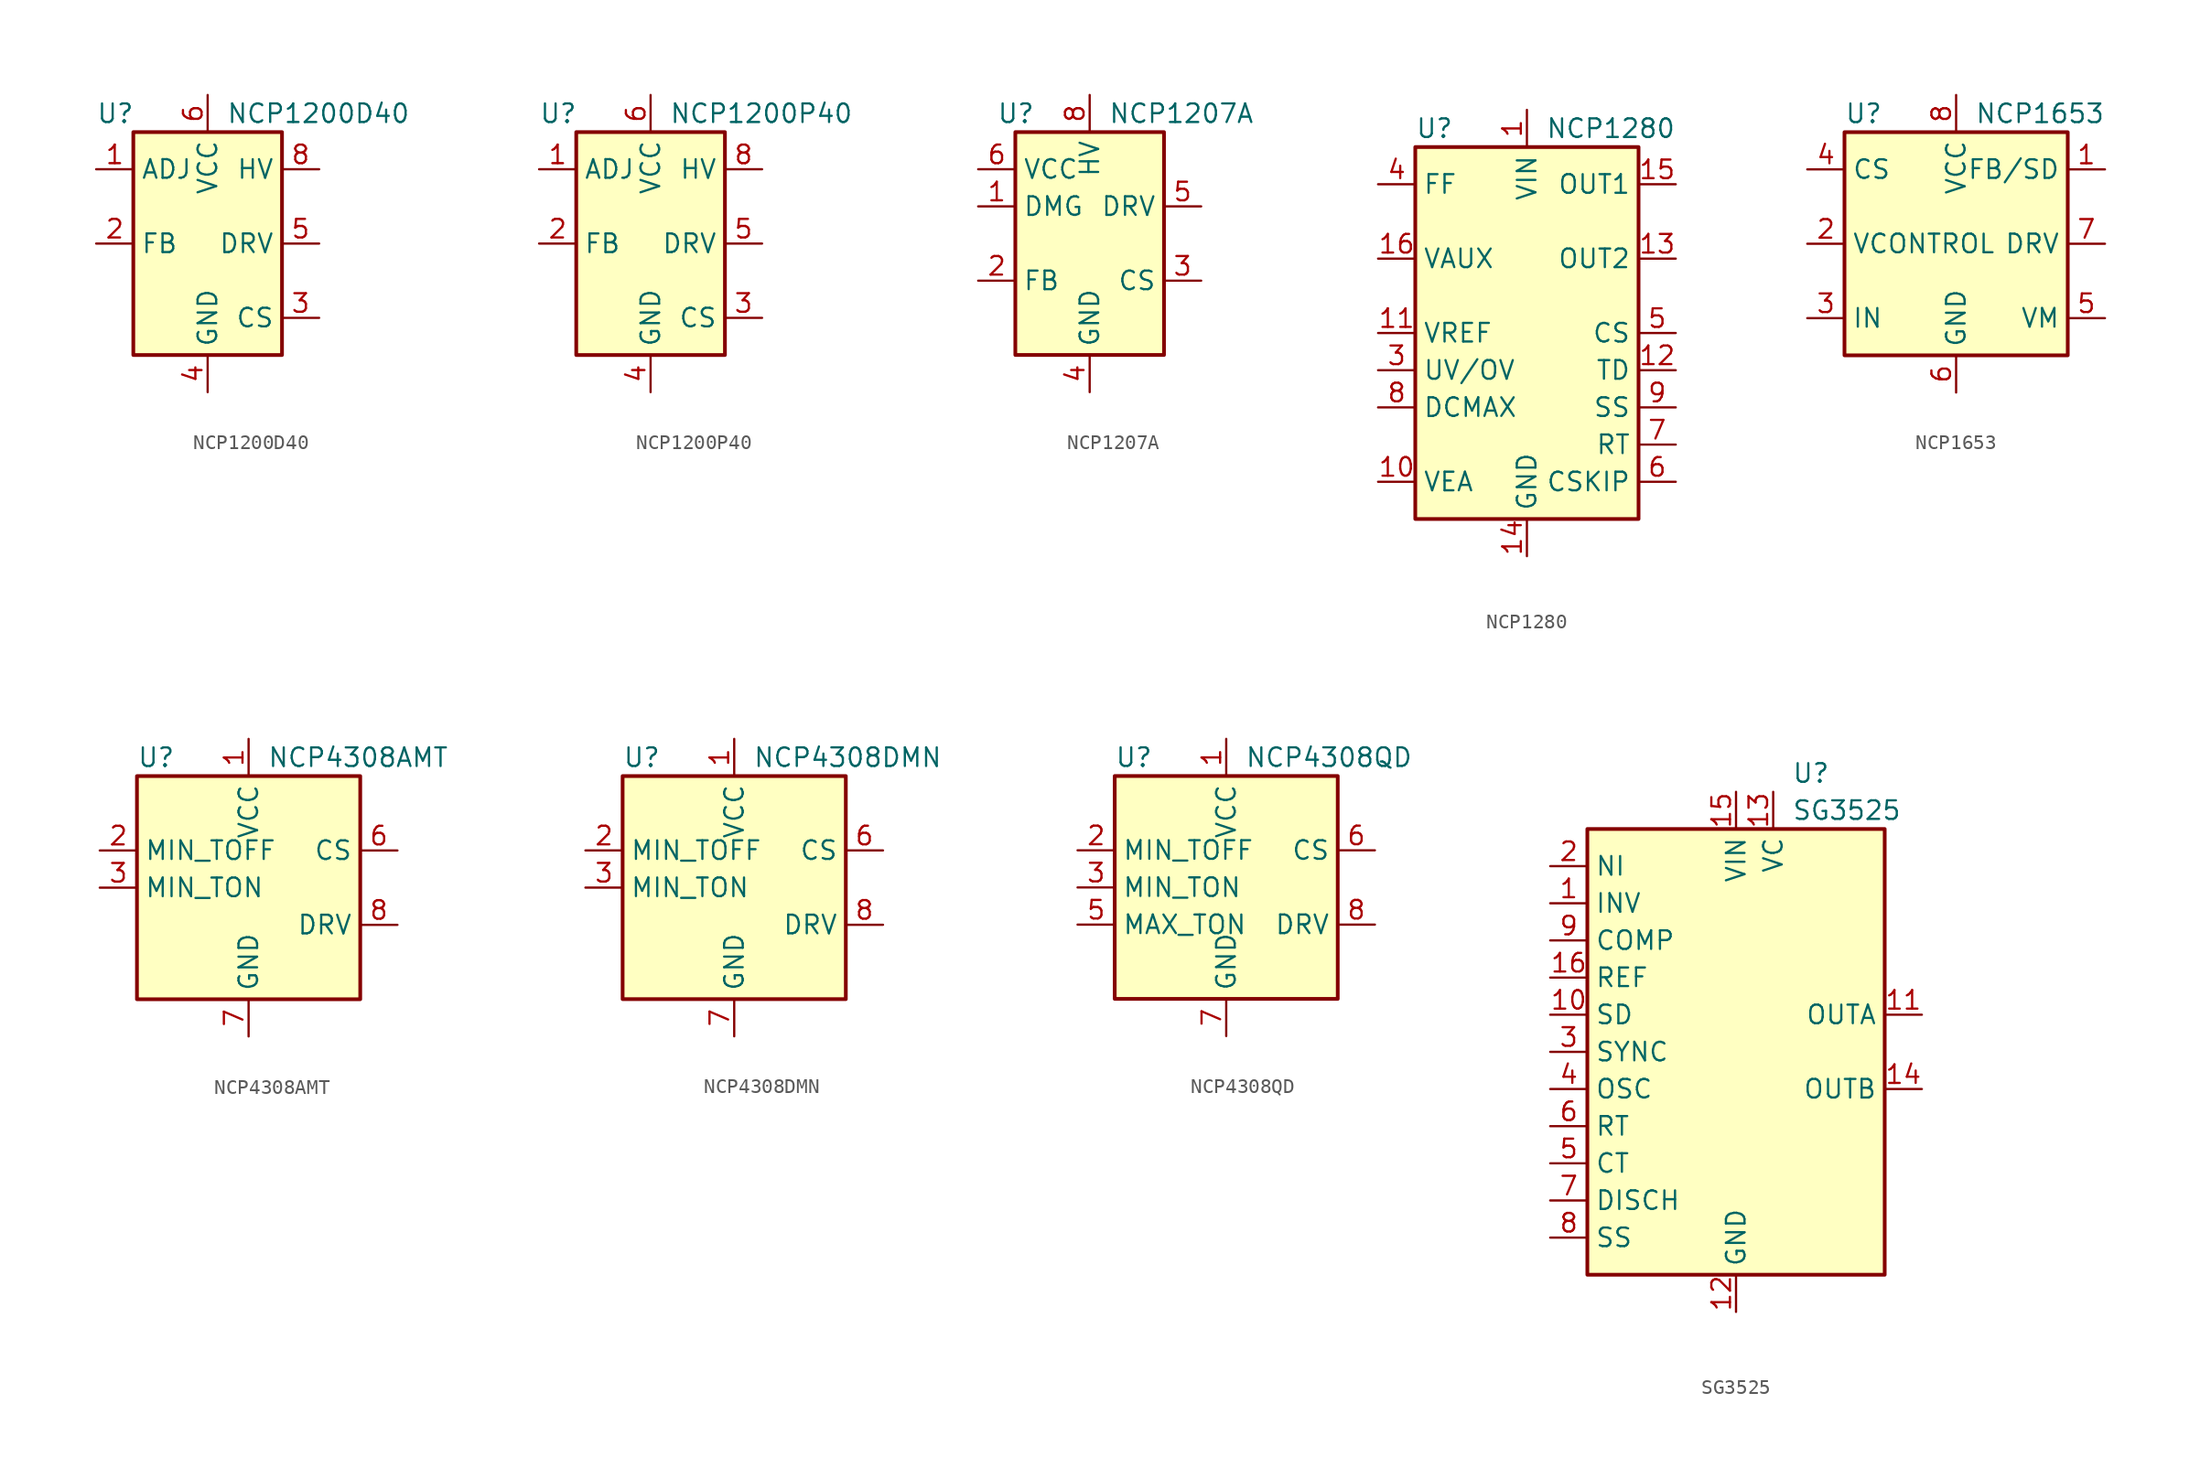
<source format=kicad_sym>
(kicad_symbol_lib
  (version 20241209)
  (generator "kicad_symbol_editor")
  (generator_version "9.0")
  (symbol "NCP1200D40"
    (property "Reference" "U"
      (at -7.62 8.89 0)
      (effects (font (size 1.27 1.27)) (justify left)))
    (property "Value" "NCP1200D40"
      (at 1.27 8.89 0)
      (effects (font (size 1.27 1.27)) (justify left)))
    (symbol "NCP1200D40_0_0"
      (rectangle (start -5.08 7.62) (end 5.08 -7.62) (stroke (width 0.254) (type default)) (fill (type background))))
    (symbol "NCP1200D40_1_1"
      (pin input line (at -7.62 5.08 0) (length 2.54) (name "ADJ" (effects (font (size 1.27 1.27)))) (number "1" (effects (font (size 1.27 1.27)))))
      (pin input line (at -7.62 0 0) (length 2.54) (name "FB" (effects (font (size 1.27 1.27)))) (number "2" (effects (font (size 1.27 1.27)))))
      (pin no_connect line (at -5.08 2.54 0) (length 2.54) (hide yes) (name "NC" (effects (font (size 1.27 1.27)))) (number "7" (effects (font (size 1.27 1.27)))))
      (pin power_in line (at 0 10.16 270) (length 2.54) (name "VCC" (effects (font (size 1.27 1.27)))) (number "6" (effects (font (size 1.27 1.27)))))
      (pin power_in line (at 0 -10.16 90) (length 2.54) (name "GND" (effects (font (size 1.27 1.27)))) (number "4" (effects (font (size 1.27 1.27)))))
      (pin input line (at 7.62 5.08 180) (length 2.54) (name "HV" (effects (font (size 1.27 1.27)))) (number "8" (effects (font (size 1.27 1.27)))))
      (pin output line (at 7.62 0 180) (length 2.54) (name "DRV" (effects (font (size 1.27 1.27)))) (number "5" (effects (font (size 1.27 1.27)))))
      (pin input line (at 7.62 -5.08 180) (length 2.54) (name "CS" (effects (font (size 1.27 1.27)))) (number "3" (effects (font (size 1.27 1.27)))))))
  (symbol "NCP1200P40"
    (property "Reference" "U"
      (at -7.62 8.89 0)
      (effects (font (size 1.27 1.27)) (justify left)))
    (property "Value" "NCP1200P40"
      (at 1.27 8.89 0)
      (effects (font (size 1.27 1.27)) (justify left)))
    (symbol "NCP1200P40_0_0"
      (rectangle (start -5.08 7.62) (end 5.08 -7.62) (stroke (width 0.254) (type default)) (fill (type background))))
    (symbol "NCP1200P40_1_1"
      (pin input line (at -7.62 5.08 0) (length 2.54) (name "ADJ" (effects (font (size 1.27 1.27)))) (number "1" (effects (font (size 1.27 1.27)))))
      (pin input line (at -7.62 0 0) (length 2.54) (name "FB" (effects (font (size 1.27 1.27)))) (number "2" (effects (font (size 1.27 1.27)))))
      (pin no_connect line (at -5.08 2.54 0) (length 2.54) (hide yes) (name "NC" (effects (font (size 1.27 1.27)))) (number "7" (effects (font (size 1.27 1.27)))))
      (pin power_in line (at 0 10.16 270) (length 2.54) (name "VCC" (effects (font (size 1.27 1.27)))) (number "6" (effects (font (size 1.27 1.27)))))
      (pin power_in line (at 0 -10.16 90) (length 2.54) (name "GND" (effects (font (size 1.27 1.27)))) (number "4" (effects (font (size 1.27 1.27)))))
      (pin input line (at 7.62 5.08 180) (length 2.54) (name "HV" (effects (font (size 1.27 1.27)))) (number "8" (effects (font (size 1.27 1.27)))))
      (pin output line (at 7.62 0 180) (length 2.54) (name "DRV" (effects (font (size 1.27 1.27)))) (number "5" (effects (font (size 1.27 1.27)))))
      (pin input line (at 7.62 -5.08 180) (length 2.54) (name "CS" (effects (font (size 1.27 1.27)))) (number "3" (effects (font (size 1.27 1.27)))))))
  (symbol "NCP1207A"
    (property "Reference" "U"
      (at -6.35 8.89 0)
      (effects (font (size 1.27 1.27)) (justify left)))
    (property "Value" "NCP1207A"
      (at 1.27 8.89 0)
      (effects (font (size 1.27 1.27)) (justify left)))
    (symbol "NCP1207A_0_0"
      (rectangle (start -5.08 7.62) (end 5.08 -7.62) (stroke (width 0.254) (type default)) (fill (type background))))
    (symbol "NCP1207A_1_1"
      (pin power_in line (at -7.62 5.08 0) (length 2.54) (name "VCC" (effects (font (size 1.27 1.27)))) (number "6" (effects (font (size 1.27 1.27)))))
      (pin input line (at -7.62 2.54 0) (length 2.54) (name "DMG" (effects (font (size 1.27 1.27)))) (number "1" (effects (font (size 1.27 1.27)))))
      (pin input line (at -7.62 -2.54 0) (length 2.54) (name "FB" (effects (font (size 1.27 1.27)))) (number "2" (effects (font (size 1.27 1.27)))))
      (pin no_connect line (at -5.08 0 0) (length 2.54) (hide yes) (name "NC" (effects (font (size 1.27 1.27)))) (number "7" (effects (font (size 1.27 1.27)))))
      (pin input line (at 0 10.16 270) (length 2.54) (name "HV" (effects (font (size 1.27 1.27)))) (number "8" (effects (font (size 1.27 1.27)))))
      (pin power_in line (at 0 -10.16 90) (length 2.54) (name "GND" (effects (font (size 1.27 1.27)))) (number "4" (effects (font (size 1.27 1.27)))))
      (pin output line (at 7.62 2.54 180) (length 2.54) (name "DRV" (effects (font (size 1.27 1.27)))) (number "5" (effects (font (size 1.27 1.27)))))
      (pin input line (at 7.62 -2.54 180) (length 2.54) (name "CS" (effects (font (size 1.27 1.27)))) (number "3" (effects (font (size 1.27 1.27)))))))
  (symbol "NCP1280"
    (property "Reference" "U"
      (at -7.62 13.97 0)
      (effects (font (size 1.27 1.27)) (justify left)))
    (property "Value" "NCP1280"
      (at 1.27 13.97 0)
      (effects (font (size 1.27 1.27)) (justify left)))
    (symbol "NCP1280_0_0"
      (rectangle (start -7.62 12.7) (end 7.62 -12.7) (stroke (width 0.254) (type default)) (fill (type background))))
    (symbol "NCP1280_1_1"
      (pin passive line (at -10.16 10.16 0) (length 2.54) (name "FF" (effects (font (size 1.27 1.27)))) (number "4" (effects (font (size 1.27 1.27)))))
      (pin power_in line (at -10.16 5.08 0) (length 2.54) (name "VAUX" (effects (font (size 1.27 1.27)))) (number "16" (effects (font (size 1.27 1.27)))))
      (pin output line (at -10.16 0 0) (length 2.54) (name "VREF" (effects (font (size 1.27 1.27)))) (number "11" (effects (font (size 1.27 1.27)))))
      (pin input line (at -10.16 -2.54 0) (length 2.54) (name "UV/OV" (effects (font (size 1.27 1.27)))) (number "3" (effects (font (size 1.27 1.27)))))
      (pin input line (at -10.16 -5.08 0) (length 2.54) (name "DCMAX" (effects (font (size 1.27 1.27)))) (number "8" (effects (font (size 1.27 1.27)))))
      (pin input line (at -10.16 -10.16 0) (length 2.54) (name "VEA" (effects (font (size 1.27 1.27)))) (number "10" (effects (font (size 1.27 1.27)))))
      (pin no_connect line (at -7.62 7.62 0) (length 2.54) (hide yes) (name "NC" (effects (font (size 1.27 1.27)))) (number "2" (effects (font (size 1.27 1.27)))))
      (pin power_in line (at 0 15.24 270) (length 2.54) (name "VIN" (effects (font (size 1.27 1.27)))) (number "1" (effects (font (size 1.27 1.27)))))
      (pin power_in line (at 0 -15.24 90) (length 2.54) (name "GND" (effects (font (size 1.27 1.27)))) (number "14" (effects (font (size 1.27 1.27)))))
      (pin output line (at 10.16 10.16 180) (length 2.54) (name "OUT1" (effects (font (size 1.27 1.27)))) (number "15" (effects (font (size 1.27 1.27)))))
      (pin output line (at 10.16 5.08 180) (length 2.54) (name "OUT2" (effects (font (size 1.27 1.27)))) (number "13" (effects (font (size 1.27 1.27)))))
      (pin input line (at 10.16 0 180) (length 2.54) (name "CS" (effects (font (size 1.27 1.27)))) (number "5" (effects (font (size 1.27 1.27)))))
      (pin passive line (at 10.16 -2.54 180) (length 2.54) (name "TD" (effects (font (size 1.27 1.27)))) (number "12" (effects (font (size 1.27 1.27)))))
      (pin passive line (at 10.16 -5.08 180) (length 2.54) (name "SS" (effects (font (size 1.27 1.27)))) (number "9" (effects (font (size 1.27 1.27)))))
      (pin passive line (at 10.16 -7.62 180) (length 2.54) (name "RT" (effects (font (size 1.27 1.27)))) (number "7" (effects (font (size 1.27 1.27)))))
      (pin passive line (at 10.16 -10.16 180) (length 2.54) (name "CSKIP" (effects (font (size 1.27 1.27)))) (number "6" (effects (font (size 1.27 1.27)))))))
  (symbol "NCP1653"
    (property "Reference" "U"
      (at -7.62 8.89 0)
      (effects (font (size 1.27 1.27)) (justify left)))
    (property "Value" "NCP1653"
      (at 1.27 8.89 0)
      (effects (font (size 1.27 1.27)) (justify left)))
    (symbol "NCP1653_0_0"
      (rectangle (start -7.62 7.62) (end 7.62 -7.62) (stroke (width 0.254) (type default)) (fill (type background))))
    (symbol "NCP1653_1_1"
      (pin input line (at -10.16 5.08 0) (length 2.54) (name "CS" (effects (font (size 1.27 1.27)))) (number "4" (effects (font (size 1.27 1.27)))))
      (pin passive line (at -10.16 0 0) (length 2.54) (name "VCONTROL" (effects (font (size 1.27 1.27)))) (number "2" (effects (font (size 1.27 1.27)))))
      (pin input line (at -10.16 -5.08 0) (length 2.54) (name "IN" (effects (font (size 1.27 1.27)))) (number "3" (effects (font (size 1.27 1.27)))))
      (pin power_in line (at 0 10.16 270) (length 2.54) (name "VCC" (effects (font (size 1.27 1.27)))) (number "8" (effects (font (size 1.27 1.27)))))
      (pin power_in line (at 0 -10.16 90) (length 2.54) (name "GND" (effects (font (size 1.27 1.27)))) (number "6" (effects (font (size 1.27 1.27)))))
      (pin input line (at 10.16 5.08 180) (length 2.54) (name "FB/SD" (effects (font (size 1.27 1.27)))) (number "1" (effects (font (size 1.27 1.27)))))
      (pin output line (at 10.16 0 180) (length 2.54) (name "DRV" (effects (font (size 1.27 1.27)))) (number "7" (effects (font (size 1.27 1.27)))))
      (pin passive line (at 10.16 -5.08 180) (length 2.54) (name "VM" (effects (font (size 1.27 1.27)))) (number "5" (effects (font (size 1.27 1.27)))))))
  (symbol "NCP4308AMT"
    (property "Reference" "U"
      (at -7.62 8.89 0)
      (effects (font (size 1.27 1.27)) (justify left)))
    (property "Value" "NCP4308AMT"
      (at 1.27 8.89 0)
      (effects (font (size 1.27 1.27)) (justify left)))
    (symbol "NCP4308AMT_0_1"
      (rectangle (start -7.62 7.62) (end 7.62 -7.62) (stroke (width 0.254) (type default)) (fill (type background))))
    (symbol "NCP4308AMT_1_1"
      (pin passive line (at -10.16 2.54 0) (length 2.54) (name "MIN_TOFF" (effects (font (size 1.27 1.27)))) (number "2" (effects (font (size 1.27 1.27)))))
      (pin passive line (at -10.16 0 0) (length 2.54) (name "MIN_TON" (effects (font (size 1.27 1.27)))) (number "3" (effects (font (size 1.27 1.27)))))
      (pin power_in line (at 0 10.16 270) (length 2.54) (name "VCC" (effects (font (size 1.27 1.27)))) (number "1" (effects (font (size 1.27 1.27)))))
      (pin power_in line (at 0 -10.16 90) (length 2.54) (name "GND" (effects (font (size 1.27 1.27)))) (number "7" (effects (font (size 1.27 1.27)))))
      (pin no_connect line (at 7.62 -5.08 180) (length 2.54) (hide yes) (name "NC" (effects (font (size 1.27 1.27)))) (number "4" (effects (font (size 1.27 1.27)))))
      (pin no_connect line (at 7.62 -7.62 180) (length 2.54) (hide yes) (name "NC" (effects (font (size 1.27 1.27)))) (number "5" (effects (font (size 1.27 1.27)))))
      (pin input line (at 10.16 2.54 180) (length 2.54) (name "CS" (effects (font (size 1.27 1.27)))) (number "6" (effects (font (size 1.27 1.27)))))
      (pin output line (at 10.16 -2.54 180) (length 2.54) (name "DRV" (effects (font (size 1.27 1.27)))) (number "8" (effects (font (size 1.27 1.27)))))))
  (symbol "NCP4308DMN"
    (property "Reference" "U"
      (at -7.62 8.89 0)
      (effects (font (size 1.27 1.27)) (justify left)))
    (property "Value" "NCP4308DMN"
      (at 1.27 8.89 0)
      (effects (font (size 1.27 1.27)) (justify left)))
    (symbol "NCP4308DMN_0_1"
      (rectangle (start -7.62 7.62) (end 7.62 -7.62) (stroke (width 0.254) (type default)) (fill (type background))))
    (symbol "NCP4308DMN_1_1"
      (pin passive line (at -10.16 2.54 0) (length 2.54) (name "MIN_TOFF" (effects (font (size 1.27 1.27)))) (number "2" (effects (font (size 1.27 1.27)))))
      (pin passive line (at -10.16 0 0) (length 2.54) (name "MIN_TON" (effects (font (size 1.27 1.27)))) (number "3" (effects (font (size 1.27 1.27)))))
      (pin power_in line (at 0 10.16 270) (length 2.54) (name "VCC" (effects (font (size 1.27 1.27)))) (number "1" (effects (font (size 1.27 1.27)))))
      (pin power_in line (at 0 -10.16 90) (length 2.54) (name "GND" (effects (font (size 1.27 1.27)))) (number "7" (effects (font (size 1.27 1.27)))))
      (pin no_connect line (at 7.62 -5.08 180) (length 2.54) (hide yes) (name "NC" (effects (font (size 1.27 1.27)))) (number "4" (effects (font (size 1.27 1.27)))))
      (pin no_connect line (at 7.62 -7.62 180) (length 2.54) (hide yes) (name "NC" (effects (font (size 1.27 1.27)))) (number "5" (effects (font (size 1.27 1.27)))))
      (pin input line (at 10.16 2.54 180) (length 2.54) (name "CS" (effects (font (size 1.27 1.27)))) (number "6" (effects (font (size 1.27 1.27)))))
      (pin output line (at 10.16 -2.54 180) (length 2.54) (name "DRV" (effects (font (size 1.27 1.27)))) (number "8" (effects (font (size 1.27 1.27)))))))
  (symbol "NCP4308QD"
    (property "Reference" "U"
      (at -7.62 8.89 0)
      (effects (font (size 1.27 1.27)) (justify left)))
    (property "Value" "NCP4308QD"
      (at 1.27 8.89 0)
      (effects (font (size 1.27 1.27)) (justify left)))
    (symbol "NCP4308QD_0_1"
      (rectangle (start -7.62 7.62) (end 7.62 -7.62) (stroke (width 0.254) (type default)) (fill (type background))))
    (symbol "NCP4308QD_1_1"
      (pin passive line (at -10.16 2.54 0) (length 2.54) (name "MIN_TOFF" (effects (font (size 1.27 1.27)))) (number "2" (effects (font (size 1.27 1.27)))))
      (pin passive line (at -10.16 0 0) (length 2.54) (name "MIN_TON" (effects (font (size 1.27 1.27)))) (number "3" (effects (font (size 1.27 1.27)))))
      (pin passive line (at -10.16 -2.54 0) (length 2.54) (name "MAX_TON" (effects (font (size 1.27 1.27)))) (number "5" (effects (font (size 1.27 1.27)))))
      (pin power_in line (at 0 10.16 270) (length 2.54) (name "VCC" (effects (font (size 1.27 1.27)))) (number "1" (effects (font (size 1.27 1.27)))))
      (pin power_in line (at 0 -10.16 90) (length 2.54) (name "GND" (effects (font (size 1.27 1.27)))) (number "7" (effects (font (size 1.27 1.27)))))
      (pin no_connect line (at 7.62 -5.08 180) (length 2.54) (hide yes) (name "NC" (effects (font (size 1.27 1.27)))) (number "4" (effects (font (size 1.27 1.27)))))
      (pin input line (at 10.16 2.54 180) (length 2.54) (name "CS" (effects (font (size 1.27 1.27)))) (number "6" (effects (font (size 1.27 1.27)))))
      (pin output line (at 10.16 -2.54 180) (length 2.54) (name "DRV" (effects (font (size 1.27 1.27)))) (number "8" (effects (font (size 1.27 1.27)))))))
  (symbol "SG3525"
    (property "Reference" "U"
      (at 3.81 19.05 0)
      (effects (font (size 1.27 1.27)) (justify left)))
    (property "Value" "SG3525"
      (at 3.81 16.51 0)
      (effects (font (size 1.27 1.27)) (justify left)))
    (symbol "SG3525_0_1"
      (rectangle (start -10.16 -15.24) (end 10.16 15.24) (stroke (width 0.254) (type default)) (fill (type background))))
    (symbol "SG3525_1_1"
      (pin input line (at -12.7 12.7 0) (length 2.54) (name "NI" (effects (font (size 1.27 1.27)))) (number "2" (effects (font (size 1.27 1.27)))))
      (pin input line (at -12.7 10.16 0) (length 2.54) (name "INV" (effects (font (size 1.27 1.27)))) (number "1" (effects (font (size 1.27 1.27)))))
      (pin passive line (at -12.7 7.62 0) (length 2.54) (name "COMP" (effects (font (size 1.27 1.27)))) (number "9" (effects (font (size 1.27 1.27)))))
      (pin power_in line (at -12.7 5.08 0) (length 2.54) (name "REF" (effects (font (size 1.27 1.27)))) (number "16" (effects (font (size 1.27 1.27)))))
      (pin passive line (at -12.7 2.54 0) (length 2.54) (name "SD" (effects (font (size 1.27 1.27)))) (number "10" (effects (font (size 1.27 1.27)))))
      (pin passive line (at -12.7 0 0) (length 2.54) (name "SYNC" (effects (font (size 1.27 1.27)))) (number "3" (effects (font (size 1.27 1.27)))))
      (pin output line (at -12.7 -2.54 0) (length 2.54) (name "OSC" (effects (font (size 1.27 1.27)))) (number "4" (effects (font (size 1.27 1.27)))))
      (pin passive line (at -12.7 -5.08 0) (length 2.54) (name "RT" (effects (font (size 1.27 1.27)))) (number "6" (effects (font (size 1.27 1.27)))))
      (pin passive line (at -12.7 -7.62 0) (length 2.54) (name "CT" (effects (font (size 1.27 1.27)))) (number "5" (effects (font (size 1.27 1.27)))))
      (pin open_collector line (at -12.7 -10.16 0) (length 2.54) (name "DISCH" (effects (font (size 1.27 1.27)))) (number "7" (effects (font (size 1.27 1.27)))))
      (pin passive line (at -12.7 -12.7 0) (length 2.54) (name "SS" (effects (font (size 1.27 1.27)))) (number "8" (effects (font (size 1.27 1.27)))))
      (pin power_in line (at 0 17.78 270) (length 2.54) (name "VIN" (effects (font (size 1.27 1.27)))) (number "15" (effects (font (size 1.27 1.27)))))
      (pin power_in line (at 0 -17.78 90) (length 2.54) (name "GND" (effects (font (size 1.27 1.27)))) (number "12" (effects (font (size 1.27 1.27)))))
      (pin power_in line (at 2.54 17.78 270) (length 2.54) (name "VC" (effects (font (size 1.27 1.27)))) (number "13" (effects (font (size 1.27 1.27)))))
      (pin output line (at 12.7 2.54 180) (length 2.54) (name "OUTA" (effects (font (size 1.27 1.27)))) (number "11" (effects (font (size 1.27 1.27)))))
      (pin output line (at 12.7 -2.54 180) (length 2.54) (name "OUTB" (effects (font (size 1.27 1.27)))) (number "14" (effects (font (size 1.27 1.27))))))))
</source>
